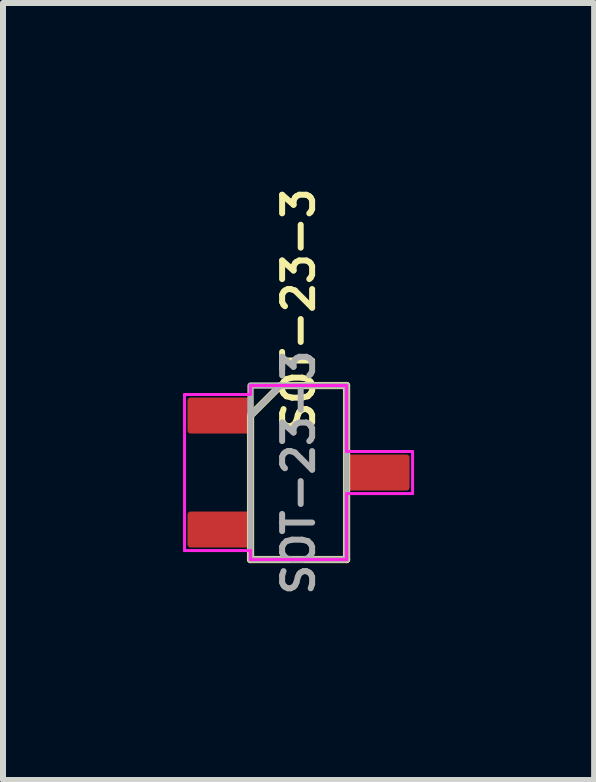
<source format=kicad_pcb>
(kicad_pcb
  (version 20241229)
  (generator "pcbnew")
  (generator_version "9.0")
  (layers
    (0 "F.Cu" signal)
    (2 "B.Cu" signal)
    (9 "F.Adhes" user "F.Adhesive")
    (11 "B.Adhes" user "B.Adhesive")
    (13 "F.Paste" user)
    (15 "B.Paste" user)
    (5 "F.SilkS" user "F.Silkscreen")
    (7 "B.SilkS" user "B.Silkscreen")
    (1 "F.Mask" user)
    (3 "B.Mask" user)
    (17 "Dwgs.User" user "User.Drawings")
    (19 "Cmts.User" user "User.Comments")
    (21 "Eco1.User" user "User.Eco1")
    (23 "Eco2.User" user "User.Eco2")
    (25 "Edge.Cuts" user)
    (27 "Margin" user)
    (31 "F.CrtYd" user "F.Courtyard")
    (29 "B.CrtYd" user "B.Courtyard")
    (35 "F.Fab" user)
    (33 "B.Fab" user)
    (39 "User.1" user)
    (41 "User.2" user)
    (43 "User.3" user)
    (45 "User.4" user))
  (footprint "SOT-23-3"
    (layer "F.Cu")
    (at 1.925 4.824)
    (property "Reference" "SOT-23-3" (at 0 -2.7 90) (unlocked yes) (layer "F.SilkS") (effects (font (size 0.5 0.5) (thickness 0.1))))
    (attr smd)
    (fp_line (start -0.8 -0.95) (end -0.8 1.45) (stroke (width 0.12) (type solid)) (layer "F.SilkS"))
    (fp_line (start -0.8 1.45) (end 0.8 1.45) (stroke (width 0.12) (type solid)) (layer "F.SilkS"))
    (fp_line (start -0.3 -1.45) (end -0.8 -0.95) (stroke (width 0.12) (type solid)) (layer "F.SilkS"))
    (fp_line (start 0.8 -1.45) (end -0.3 -1.45) (stroke (width 0.12) (type solid)) (layer "F.SilkS"))
    (fp_line (start 0.8 1.45) (end 0.8 -1.45) (stroke (width 0.12) (type solid)) (layer "F.SilkS"))
    (fp_line (start -1.9 -1.3) (end -1.9 1.3) (stroke (width 0.05) (type solid)) (layer "F.CrtYd"))
    (fp_line (start -1.9 1.3) (end -0.8 1.3) (stroke (width 0.05) (type solid)) (layer "F.CrtYd"))
    (fp_line (start -0.8 -1.45) (end -0.8 -1.3) (stroke (width 0.05) (type solid)) (layer "F.CrtYd"))
    (fp_line (start -0.8 -1.3) (end -1.9 -1.3) (stroke (width 0.05) (type solid)) (layer "F.CrtYd"))
    (fp_line (start -0.8 1.3) (end -0.8 1.45) (stroke (width 0.05) (type solid)) (layer "F.CrtYd"))
    (fp_line (start -0.8 1.45) (end 0.8 1.45) (stroke (width 0.05) (type solid)) (layer "F.CrtYd"))
    (fp_line (start 0.8 -1.45) (end -0.8 -1.45) (stroke (width 0.05) (type solid)) (layer "F.CrtYd"))
    (fp_line (start 0.8 -0.35) (end 0.8 -1.45) (stroke (width 0.05) (type solid)) (layer "F.CrtYd"))
    (fp_line (start 0.8 0.35) (end 1.9 0.35) (stroke (width 0.05) (type solid)) (layer "F.CrtYd"))
    (fp_line (start 0.8 1.45) (end 0.8 0.35) (stroke (width 0.05) (type solid)) (layer "F.CrtYd"))
    (fp_line (start 1.9 -0.35) (end 0.8 -0.35) (stroke (width 0.05) (type solid)) (layer "F.CrtYd"))
    (fp_line (start 1.9 0.35) (end 1.9 -0.35) (stroke (width 0.05) (type solid)) (layer "F.CrtYd"))
    (fp_rect (start 0.8 1.45) (end -0.8 -1.45) (stroke (width 0.1) (type solid)) (fill no) (layer "F.Fab"))
    (fp_poly (pts (xy -0.8 -0.95) (xy -0.8 -1.45) (xy -0.3 -1.45)) (stroke (width 0.1) (type solid)) (fill no) (layer "F.Fab"))
    (fp_text user "${REFERENCE}" (at 0 0 90) (unlocked yes) (layer "F.Fab") (effects (font (size 0.5 0.5) (thickness 0.1))))
    (pad "1" smd roundrect (at -1.3 -0.95) (size 1.1 0.6) (layers "F.Cu" "F.Mask" "F.Paste") (roundrect_rratio 0.083))
    (pad "2" smd roundrect (at -1.3 0.95) (size 1.1 0.6) (layers "F.Cu" "F.Mask" "F.Paste") (roundrect_rratio 0.083))
    (pad "3" smd roundrect (at 1.3 0) (size 1.1 0.6) (layers "F.Cu" "F.Mask" "F.Paste") (roundrect_rratio 0.083)))
  (gr_rect
    (start -3 -3)
    (end 6.85 9.948)
    (stroke (width 0.1) (type default))
    (fill no)
    (layer "Edge.Cuts")))
</source>
